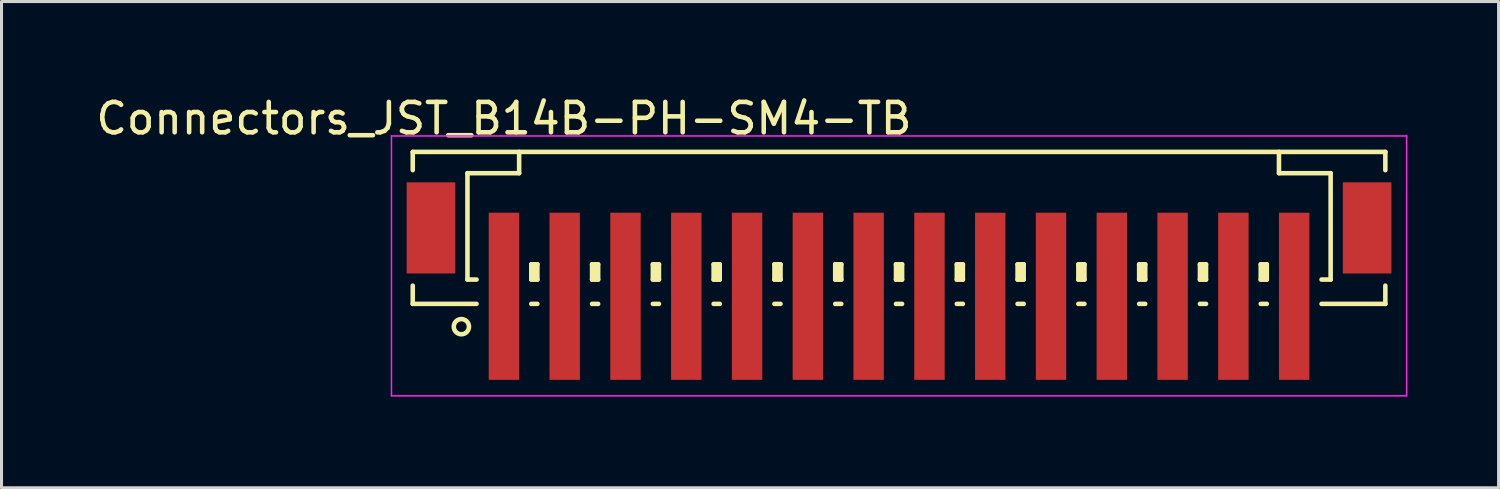
<source format=kicad_pcb>
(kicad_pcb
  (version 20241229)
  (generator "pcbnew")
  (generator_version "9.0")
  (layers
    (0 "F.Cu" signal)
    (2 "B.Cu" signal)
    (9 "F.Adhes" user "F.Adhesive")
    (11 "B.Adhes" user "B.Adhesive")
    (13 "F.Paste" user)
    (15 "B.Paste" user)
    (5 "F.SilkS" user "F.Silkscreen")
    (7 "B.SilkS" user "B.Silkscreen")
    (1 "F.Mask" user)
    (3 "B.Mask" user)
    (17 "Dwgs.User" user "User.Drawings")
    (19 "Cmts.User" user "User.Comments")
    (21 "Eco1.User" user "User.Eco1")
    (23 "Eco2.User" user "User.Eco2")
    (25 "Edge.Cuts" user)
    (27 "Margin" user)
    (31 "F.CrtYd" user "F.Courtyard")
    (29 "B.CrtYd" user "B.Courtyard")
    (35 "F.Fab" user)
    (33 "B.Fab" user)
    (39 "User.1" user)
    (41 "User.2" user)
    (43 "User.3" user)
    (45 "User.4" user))
  (footprint "Connectors_JST_B14B-PH-SM4-TB"
    (layer "F.Cu")
    (at 26.53 5.573)
    (property "Reference" "Connectors_JST_B14B-PH-SM4-TB" (at -13 -4.725 0) (layer "F.SilkS") (effects (font (size 1 1) (thickness 0.15))))
    (attr smd)
    (fp_line (start -16 -3.625) (end 16 -3.625) (stroke (width 0.15) (type solid)) (layer "F.SilkS"))
    (fp_line (start -16 -3.025) (end -16 -3.625) (stroke (width 0.15) (type solid)) (layer "F.SilkS"))
    (fp_line (start -16 0.775) (end -16 1.375) (stroke (width 0.15) (type solid)) (layer "F.SilkS"))
    (fp_line (start -16 1.375) (end -13.9 1.375) (stroke (width 0.15) (type solid)) (layer "F.SilkS"))
    (fp_line (start -14.2 -2.925) (end -14.2 0.575) (stroke (width 0.15) (type solid)) (layer "F.SilkS"))
    (fp_line (start -14.2 0.575) (end -13.9 0.575) (stroke (width 0.15) (type solid)) (layer "F.SilkS"))
    (fp_line (start -12.5 -3.625) (end -12.5 -2.925) (stroke (width 0.15) (type solid)) (layer "F.SilkS"))
    (fp_line (start -12.5 -2.925) (end -14.2 -2.925) (stroke (width 0.15) (type solid)) (layer "F.SilkS"))
    (fp_line (start -12.1 0.075) (end -11.9 0.075) (stroke (width 0.15) (type solid)) (layer "F.SilkS"))
    (fp_line (start -12.1 0.575) (end -12.1 0.075) (stroke (width 0.15) (type solid)) (layer "F.SilkS"))
    (fp_line (start -12.1 0.575) (end -11.9 0.575) (stroke (width 0.15) (type solid)) (layer "F.SilkS"))
    (fp_line (start -12.1 1.375) (end -11.9 1.375) (stroke (width 0.15) (type solid)) (layer "F.SilkS"))
    (fp_line (start -12 0.575) (end -12 0.075) (stroke (width 0.15) (type solid)) (layer "F.SilkS"))
    (fp_line (start -11.9 0.075) (end -11.9 0.575) (stroke (width 0.15) (type solid)) (layer "F.SilkS"))
    (fp_line (start -10.1 0.075) (end -9.9 0.075) (stroke (width 0.15) (type solid)) (layer "F.SilkS"))
    (fp_line (start -10.1 0.575) (end -10.1 0.075) (stroke (width 0.15) (type solid)) (layer "F.SilkS"))
    (fp_line (start -10.1 0.575) (end -9.9 0.575) (stroke (width 0.15) (type solid)) (layer "F.SilkS"))
    (fp_line (start -10.1 1.375) (end -9.9 1.375) (stroke (width 0.15) (type solid)) (layer "F.SilkS"))
    (fp_line (start -10 0.575) (end -10 0.075) (stroke (width 0.15) (type solid)) (layer "F.SilkS"))
    (fp_line (start -9.9 0.075) (end -9.9 0.575) (stroke (width 0.15) (type solid)) (layer "F.SilkS"))
    (fp_line (start -8.1 0.075) (end -7.9 0.075) (stroke (width 0.15) (type solid)) (layer "F.SilkS"))
    (fp_line (start -8.1 0.575) (end -8.1 0.075) (stroke (width 0.15) (type solid)) (layer "F.SilkS"))
    (fp_line (start -8.1 0.575) (end -7.9 0.575) (stroke (width 0.15) (type solid)) (layer "F.SilkS"))
    (fp_line (start -8.1 1.375) (end -7.9 1.375) (stroke (width 0.15) (type solid)) (layer "F.SilkS"))
    (fp_line (start -8 0.575) (end -8 0.075) (stroke (width 0.15) (type solid)) (layer "F.SilkS"))
    (fp_line (start -7.9 0.075) (end -7.9 0.575) (stroke (width 0.15) (type solid)) (layer "F.SilkS"))
    (fp_line (start -6.1 0.075) (end -5.9 0.075) (stroke (width 0.15) (type solid)) (layer "F.SilkS"))
    (fp_line (start -6.1 0.575) (end -6.1 0.075) (stroke (width 0.15) (type solid)) (layer "F.SilkS"))
    (fp_line (start -6.1 0.575) (end -5.9 0.575) (stroke (width 0.15) (type solid)) (layer "F.SilkS"))
    (fp_line (start -6.1 1.375) (end -5.9 1.375) (stroke (width 0.15) (type solid)) (layer "F.SilkS"))
    (fp_line (start -6 0.575) (end -6 0.075) (stroke (width 0.15) (type solid)) (layer "F.SilkS"))
    (fp_line (start -5.9 0.075) (end -5.9 0.575) (stroke (width 0.15) (type solid)) (layer "F.SilkS"))
    (fp_line (start -4.1 0.075) (end -3.9 0.075) (stroke (width 0.15) (type solid)) (layer "F.SilkS"))
    (fp_line (start -4.1 0.575) (end -4.1 0.075) (stroke (width 0.15) (type solid)) (layer "F.SilkS"))
    (fp_line (start -4.1 0.575) (end -3.9 0.575) (stroke (width 0.15) (type solid)) (layer "F.SilkS"))
    (fp_line (start -4.1 1.375) (end -3.9 1.375) (stroke (width 0.15) (type solid)) (layer "F.SilkS"))
    (fp_line (start -4 0.575) (end -4 0.075) (stroke (width 0.15) (type solid)) (layer "F.SilkS"))
    (fp_line (start -3.9 0.075) (end -3.9 0.575) (stroke (width 0.15) (type solid)) (layer "F.SilkS"))
    (fp_line (start -2.1 0.075) (end -1.9 0.075) (stroke (width 0.15) (type solid)) (layer "F.SilkS"))
    (fp_line (start -2.1 0.575) (end -2.1 0.075) (stroke (width 0.15) (type solid)) (layer "F.SilkS"))
    (fp_line (start -2.1 0.575) (end -1.9 0.575) (stroke (width 0.15) (type solid)) (layer "F.SilkS"))
    (fp_line (start -2.1 1.375) (end -1.9 1.375) (stroke (width 0.15) (type solid)) (layer "F.SilkS"))
    (fp_line (start -2 0.575) (end -2 0.075) (stroke (width 0.15) (type solid)) (layer "F.SilkS"))
    (fp_line (start -1.9 0.075) (end -1.9 0.575) (stroke (width 0.15) (type solid)) (layer "F.SilkS"))
    (fp_line (start -0.1 0.075) (end 0.1 0.075) (stroke (width 0.15) (type solid)) (layer "F.SilkS"))
    (fp_line (start -0.1 0.575) (end -0.1 0.075) (stroke (width 0.15) (type solid)) (layer "F.SilkS"))
    (fp_line (start -0.1 0.575) (end 0.1 0.575) (stroke (width 0.15) (type solid)) (layer "F.SilkS"))
    (fp_line (start -0.1 1.375) (end 0.1 1.375) (stroke (width 0.15) (type solid)) (layer "F.SilkS"))
    (fp_line (start 0 0.575) (end 0 0.075) (stroke (width 0.15) (type solid)) (layer "F.SilkS"))
    (fp_line (start 0.1 0.075) (end 0.1 0.575) (stroke (width 0.15) (type solid)) (layer "F.SilkS"))
    (fp_line (start 1.9 0.075) (end 2.1 0.075) (stroke (width 0.15) (type solid)) (layer "F.SilkS"))
    (fp_line (start 1.9 0.575) (end 1.9 0.075) (stroke (width 0.15) (type solid)) (layer "F.SilkS"))
    (fp_line (start 1.9 0.575) (end 2.1 0.575) (stroke (width 0.15) (type solid)) (layer "F.SilkS"))
    (fp_line (start 1.9 1.375) (end 2.1 1.375) (stroke (width 0.15) (type solid)) (layer "F.SilkS"))
    (fp_line (start 2 0.575) (end 2 0.075) (stroke (width 0.15) (type solid)) (layer "F.SilkS"))
    (fp_line (start 2.1 0.075) (end 2.1 0.575) (stroke (width 0.15) (type solid)) (layer "F.SilkS"))
    (fp_line (start 3.9 0.075) (end 4.1 0.075) (stroke (width 0.15) (type solid)) (layer "F.SilkS"))
    (fp_line (start 3.9 0.575) (end 3.9 0.075) (stroke (width 0.15) (type solid)) (layer "F.SilkS"))
    (fp_line (start 3.9 0.575) (end 4.1 0.575) (stroke (width 0.15) (type solid)) (layer "F.SilkS"))
    (fp_line (start 3.9 1.375) (end 4.1 1.375) (stroke (width 0.15) (type solid)) (layer "F.SilkS"))
    (fp_line (start 4 0.575) (end 4 0.075) (stroke (width 0.15) (type solid)) (layer "F.SilkS"))
    (fp_line (start 4.1 0.075) (end 4.1 0.575) (stroke (width 0.15) (type solid)) (layer "F.SilkS"))
    (fp_line (start 5.9 0.075) (end 6.1 0.075) (stroke (width 0.15) (type solid)) (layer "F.SilkS"))
    (fp_line (start 5.9 0.575) (end 5.9 0.075) (stroke (width 0.15) (type solid)) (layer "F.SilkS"))
    (fp_line (start 5.9 0.575) (end 6.1 0.575) (stroke (width 0.15) (type solid)) (layer "F.SilkS"))
    (fp_line (start 5.9 1.375) (end 6.1 1.375) (stroke (width 0.15) (type solid)) (layer "F.SilkS"))
    (fp_line (start 6 0.575) (end 6 0.075) (stroke (width 0.15) (type solid)) (layer "F.SilkS"))
    (fp_line (start 6.1 0.075) (end 6.1 0.575) (stroke (width 0.15) (type solid)) (layer "F.SilkS"))
    (fp_line (start 7.9 0.075) (end 8.1 0.075) (stroke (width 0.15) (type solid)) (layer "F.SilkS"))
    (fp_line (start 7.9 0.575) (end 7.9 0.075) (stroke (width 0.15) (type solid)) (layer "F.SilkS"))
    (fp_line (start 7.9 0.575) (end 8.1 0.575) (stroke (width 0.15) (type solid)) (layer "F.SilkS"))
    (fp_line (start 7.9 1.375) (end 8.1 1.375) (stroke (width 0.15) (type solid)) (layer "F.SilkS"))
    (fp_line (start 8 0.575) (end 8 0.075) (stroke (width 0.15) (type solid)) (layer "F.SilkS"))
    (fp_line (start 8.1 0.075) (end 8.1 0.575) (stroke (width 0.15) (type solid)) (layer "F.SilkS"))
    (fp_line (start 9.9 0.075) (end 10.1 0.075) (stroke (width 0.15) (type solid)) (layer "F.SilkS"))
    (fp_line (start 9.9 0.575) (end 9.9 0.075) (stroke (width 0.15) (type solid)) (layer "F.SilkS"))
    (fp_line (start 9.9 0.575) (end 10.1 0.575) (stroke (width 0.15) (type solid)) (layer "F.SilkS"))
    (fp_line (start 9.9 1.375) (end 10.1 1.375) (stroke (width 0.15) (type solid)) (layer "F.SilkS"))
    (fp_line (start 10 0.575) (end 10 0.075) (stroke (width 0.15) (type solid)) (layer "F.SilkS"))
    (fp_line (start 10.1 0.075) (end 10.1 0.575) (stroke (width 0.15) (type solid)) (layer "F.SilkS"))
    (fp_line (start 11.9 0.075) (end 12.1 0.075) (stroke (width 0.15) (type solid)) (layer "F.SilkS"))
    (fp_line (start 11.9 0.575) (end 11.9 0.075) (stroke (width 0.15) (type solid)) (layer "F.SilkS"))
    (fp_line (start 11.9 0.575) (end 12.1 0.575) (stroke (width 0.15) (type solid)) (layer "F.SilkS"))
    (fp_line (start 11.9 1.375) (end 12.1 1.375) (stroke (width 0.15) (type solid)) (layer "F.SilkS"))
    (fp_line (start 12 0.575) (end 12 0.075) (stroke (width 0.15) (type solid)) (layer "F.SilkS"))
    (fp_line (start 12.1 0.075) (end 12.1 0.575) (stroke (width 0.15) (type solid)) (layer "F.SilkS"))
    (fp_line (start 12.5 -3.625) (end 12.5 -2.925) (stroke (width 0.15) (type solid)) (layer "F.SilkS"))
    (fp_line (start 12.5 -2.925) (end 14.2 -2.925) (stroke (width 0.15) (type solid)) (layer "F.SilkS"))
    (fp_line (start 14.2 -2.925) (end 14.2 0.575) (stroke (width 0.15) (type solid)) (layer "F.SilkS"))
    (fp_line (start 14.2 0.575) (end 13.9 0.575) (stroke (width 0.15) (type solid)) (layer "F.SilkS"))
    (fp_line (start 16 -3.625) (end 16 -3.025) (stroke (width 0.15) (type solid)) (layer "F.SilkS"))
    (fp_line (start 16 0.775) (end 16 1.375) (stroke (width 0.15) (type solid)) (layer "F.SilkS"))
    (fp_line (start 16 1.375) (end 13.9 1.375) (stroke (width 0.15) (type solid)) (layer "F.SilkS"))
    (fp_circle (center -14.4 2.125) (end -14.15 2.125) (stroke (width 0.15) (type solid)) (fill no) (layer "F.SilkS"))
    (fp_line (start -16.7 -4.15) (end 16.7 -4.15) (stroke (width 0.05) (type solid)) (layer "F.CrtYd"))
    (fp_line (start -16.7 4.4) (end -16.7 -4.15) (stroke (width 0.05) (type solid)) (layer "F.CrtYd"))
    (fp_line (start 16.7 -4.15) (end 16.7 4.4) (stroke (width 0.05) (type solid)) (layer "F.CrtYd"))
    (fp_line (start 16.7 4.4) (end -16.7 4.4) (stroke (width 0.05) (type solid)) (layer "F.CrtYd"))
    (pad "" smd rect (at -15.4 -1.125) (size 1.6 3) (layers "F.Cu" "F.Mask" "F.Paste"))
    (pad "" smd rect (at 15.4 -1.125) (size 1.6 3) (layers "F.Cu" "F.Mask" "F.Paste"))
    (pad "1" smd rect (at -13 1.125) (size 1 5.5) (layers "F.Cu" "F.Mask" "F.Paste"))
    (pad "2" smd rect (at -11 1.125) (size 1 5.5) (layers "F.Cu" "F.Mask" "F.Paste"))
    (pad "3" smd rect (at -9 1.125) (size 1 5.5) (layers "F.Cu" "F.Mask" "F.Paste"))
    (pad "4" smd rect (at -7 1.125) (size 1 5.5) (layers "F.Cu" "F.Mask" "F.Paste"))
    (pad "5" smd rect (at -5 1.125) (size 1 5.5) (layers "F.Cu" "F.Mask" "F.Paste"))
    (pad "6" smd rect (at -3 1.125) (size 1 5.5) (layers "F.Cu" "F.Mask" "F.Paste"))
    (pad "7" smd rect (at -1 1.125) (size 1 5.5) (layers "F.Cu" "F.Mask" "F.Paste"))
    (pad "8" smd rect (at 1 1.125) (size 1 5.5) (layers "F.Cu" "F.Mask" "F.Paste"))
    (pad "9" smd rect (at 3 1.125) (size 1 5.5) (layers "F.Cu" "F.Mask" "F.Paste"))
    (pad "10" smd rect (at 5 1.125) (size 1 5.5) (layers "F.Cu" "F.Mask" "F.Paste"))
    (pad "11" smd rect (at 7 1.125) (size 1 5.5) (layers "F.Cu" "F.Mask" "F.Paste"))
    (pad "12" smd rect (at 9 1.125) (size 1 5.5) (layers "F.Cu" "F.Mask" "F.Paste"))
    (pad "13" smd rect (at 11 1.125) (size 1 5.5) (layers "F.Cu" "F.Mask" "F.Paste"))
    (pad "14" smd rect (at 13 1.125) (size 1 5.5) (layers "F.Cu" "F.Mask" "F.Paste")))
  (gr_rect
    (start -3 -3)
    (end 46.255 12.998)
    (stroke (width 0.1) (type default))
    (fill no)
    (layer "Edge.Cuts")))
</source>
